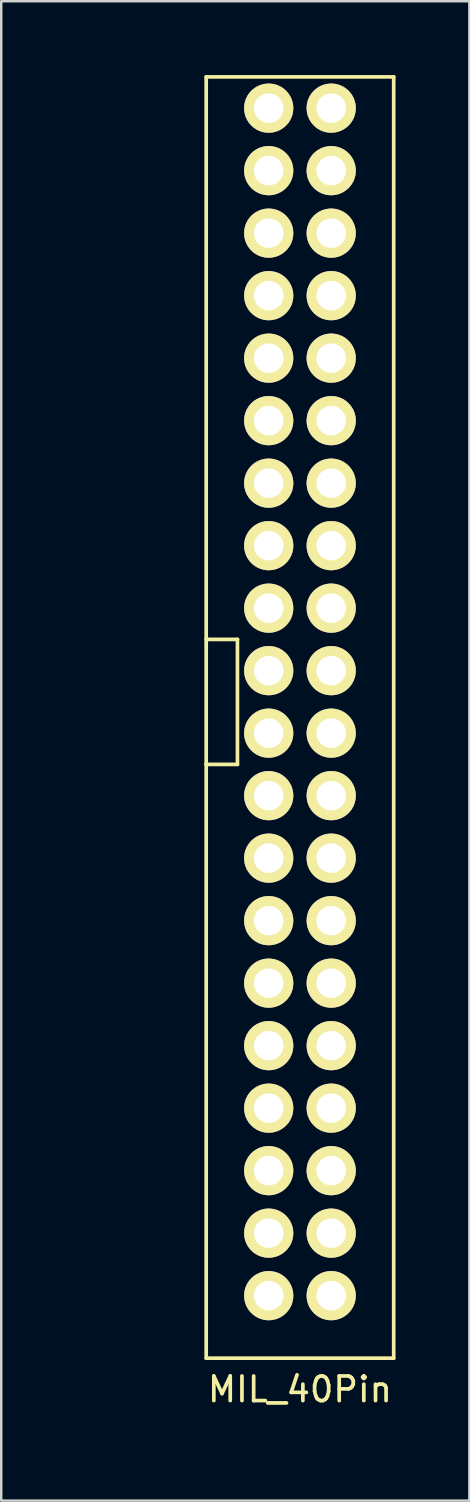
<source format=kicad_pcb>
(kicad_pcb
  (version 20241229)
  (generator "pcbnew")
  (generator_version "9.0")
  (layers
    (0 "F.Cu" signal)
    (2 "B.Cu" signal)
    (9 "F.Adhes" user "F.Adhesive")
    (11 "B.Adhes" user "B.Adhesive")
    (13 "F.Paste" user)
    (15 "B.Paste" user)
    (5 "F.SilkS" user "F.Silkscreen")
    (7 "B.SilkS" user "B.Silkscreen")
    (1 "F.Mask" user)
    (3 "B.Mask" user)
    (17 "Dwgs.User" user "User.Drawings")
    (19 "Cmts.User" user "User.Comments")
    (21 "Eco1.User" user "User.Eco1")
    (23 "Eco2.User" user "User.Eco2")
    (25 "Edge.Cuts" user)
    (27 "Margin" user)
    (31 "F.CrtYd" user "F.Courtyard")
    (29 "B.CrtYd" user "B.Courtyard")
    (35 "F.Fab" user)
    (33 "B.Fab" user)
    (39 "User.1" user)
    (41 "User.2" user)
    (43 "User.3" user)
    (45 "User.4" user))
  (footprint "MIL_40Pin"
    (layer "F.Cu")
    (at 0.25 54.685)
    (property "Reference" "MIL_40Pin" (at 8.89 -1.27 180) (layer "F.SilkS") (effects (font (size 1 1) (thickness 0.15))))
    (attr through_hole)
    (fp_line (start 5.08 -31.75) (end 6.35 -31.75) (stroke (width 0.15) (type solid)) (layer "F.SilkS"))
    (fp_line (start 5.08 -26.67) (end 5.08 -54.61) (stroke (width 0.15) (type solid)) (layer "F.SilkS"))
    (fp_line (start 5.08 -26.67) (end 5.08 -2.54) (stroke (width 0.15) (type solid)) (layer "F.SilkS"))
    (fp_line (start 5.08 -2.54) (end 12.7 -2.54) (stroke (width 0.15) (type solid)) (layer "F.SilkS"))
    (fp_line (start 6.35 -31.75) (end 6.35 -26.67) (stroke (width 0.15) (type solid)) (layer "F.SilkS"))
    (fp_line (start 6.35 -26.67) (end 5.08 -26.67) (stroke (width 0.15) (type solid)) (layer "F.SilkS"))
    (fp_line (start 12.7 -54.61) (end 5.08 -54.61) (stroke (width 0.15) (type solid)) (layer "F.SilkS"))
    (fp_line (start 12.7 -2.54) (end 12.7 -54.61) (stroke (width 0.15) (type solid)) (layer "F.SilkS"))
    (pad "1" thru_hole circle (at 7.62 -53.34) (size 2 2) (drill 1.2) (layers "*.Cu" "*.Mask" "F.SilkS"))
    (pad "2" thru_hole circle (at 10.16 -53.34) (size 2 2) (drill 1.2) (layers "*.Cu" "*.Mask" "F.SilkS"))
    (pad "3" thru_hole circle (at 7.62 -50.8) (size 2 2) (drill 1.2) (layers "*.Cu" "*.Mask" "F.SilkS"))
    (pad "4" thru_hole circle (at 10.16 -50.8) (size 2 2) (drill 1.2) (layers "*.Cu" "*.Mask" "F.SilkS"))
    (pad "5" thru_hole circle (at 7.62 -48.26) (size 2 2) (drill 1.2) (layers "*.Cu" "*.Mask" "F.SilkS"))
    (pad "6" thru_hole circle (at 10.16 -48.26) (size 2 2) (drill 1.2) (layers "*.Cu" "*.Mask" "F.SilkS"))
    (pad "7" thru_hole circle (at 7.62 -45.72) (size 2 2) (drill 1.2) (layers "*.Cu" "*.Mask" "F.SilkS"))
    (pad "8" thru_hole circle (at 10.16 -45.72) (size 2 2) (drill 1.2) (layers "*.Cu" "*.Mask" "F.SilkS"))
    (pad "9" thru_hole circle (at 7.62 -43.18) (size 2 2) (drill 1.2) (layers "*.Cu" "*.Mask" "F.SilkS"))
    (pad "10" thru_hole circle (at 10.16 -43.18) (size 2 2) (drill 1.2) (layers "*.Cu" "*.Mask" "F.SilkS"))
    (pad "11" thru_hole circle (at 7.62 -40.64) (size 2 2) (drill 1.2) (layers "*.Cu" "*.Mask" "F.SilkS"))
    (pad "12" thru_hole circle (at 10.16 -40.64) (size 2 2) (drill 1.2) (layers "*.Cu" "*.Mask" "F.SilkS"))
    (pad "13" thru_hole circle (at 7.62 -38.1) (size 2 2) (drill 1.2) (layers "*.Cu" "*.Mask" "F.SilkS"))
    (pad "14" thru_hole circle (at 10.16 -38.1) (size 2 2) (drill 1.2) (layers "*.Cu" "*.Mask" "F.SilkS"))
    (pad "15" thru_hole circle (at 7.62 -35.56) (size 2 2) (drill 1.2) (layers "*.Cu" "*.Mask" "F.SilkS"))
    (pad "16" thru_hole circle (at 10.16 -35.56) (size 2 2) (drill 1.2) (layers "*.Cu" "*.Mask" "F.SilkS"))
    (pad "17" thru_hole circle (at 7.62 -33.02) (size 2 2) (drill 1.2) (layers "*.Cu" "*.Mask" "F.SilkS"))
    (pad "18" thru_hole circle (at 10.16 -33.02) (size 2 2) (drill 1.2) (layers "*.Cu" "*.Mask" "F.SilkS"))
    (pad "19" thru_hole circle (at 7.62 -30.48) (size 2 2) (drill 1.2) (layers "*.Cu" "*.Mask" "F.SilkS"))
    (pad "20" thru_hole circle (at 10.16 -30.48) (size 2 2) (drill 1.2) (layers "*.Cu" "*.Mask" "F.SilkS"))
    (pad "21" thru_hole circle (at 7.62 -27.94) (size 2 2) (drill 1.2) (layers "*.Cu" "*.Mask" "F.SilkS"))
    (pad "22" thru_hole circle (at 10.16 -27.94) (size 2 2) (drill 1.2) (layers "*.Cu" "*.Mask" "F.SilkS"))
    (pad "23" thru_hole circle (at 7.62 -25.4) (size 2 2) (drill 1.2) (layers "*.Cu" "*.Mask" "F.SilkS"))
    (pad "24" thru_hole circle (at 10.16 -25.4) (size 2 2) (drill 1.2) (layers "*.Cu" "*.Mask" "F.SilkS"))
    (pad "25" thru_hole circle (at 7.62 -22.86) (size 2 2) (drill 1.2) (layers "*.Cu" "*.Mask" "F.SilkS"))
    (pad "26" thru_hole circle (at 10.16 -22.86) (size 2 2) (drill 1.2) (layers "*.Cu" "*.Mask" "F.SilkS"))
    (pad "27" thru_hole circle (at 7.62 -20.32) (size 2 2) (drill 1.2) (layers "*.Cu" "*.Mask" "F.SilkS"))
    (pad "28" thru_hole circle (at 10.16 -20.32) (size 2 2) (drill 1.2) (layers "*.Cu" "*.Mask" "F.SilkS"))
    (pad "29" thru_hole circle (at 7.62 -17.78) (size 2 2) (drill 1.2) (layers "*.Cu" "*.Mask" "F.SilkS"))
    (pad "30" thru_hole circle (at 10.16 -17.78) (size 2 2) (drill 1.2) (layers "*.Cu" "*.Mask" "F.SilkS"))
    (pad "31" thru_hole circle (at 7.62 -15.24) (size 2 2) (drill 1.2) (layers "*.Cu" "*.Mask" "F.SilkS"))
    (pad "32" thru_hole circle (at 10.16 -15.24) (size 2 2) (drill 1.2) (layers "*.Cu" "*.Mask" "F.SilkS"))
    (pad "33" thru_hole circle (at 7.62 -12.7) (size 2 2) (drill 1.2) (layers "*.Cu" "*.Mask" "F.SilkS"))
    (pad "34" thru_hole circle (at 10.16 -12.7) (size 2 2) (drill 1.2) (layers "*.Cu" "*.Mask" "F.SilkS"))
    (pad "35" thru_hole circle (at 7.62 -10.16) (size 2 2) (drill 1.2) (layers "*.Cu" "*.Mask" "F.SilkS"))
    (pad "36" thru_hole circle (at 10.16 -10.16) (size 2 2) (drill 1.2) (layers "*.Cu" "*.Mask" "F.SilkS"))
    (pad "37" thru_hole circle (at 7.62 -7.62) (size 2 2) (drill 1.2) (layers "*.Cu" "*.Mask" "F.SilkS"))
    (pad "38" thru_hole circle (at 10.16 -7.62) (size 2 2) (drill 1.2) (layers "*.Cu" "*.Mask" "F.SilkS"))
    (pad "39" thru_hole circle (at 7.62 -5.08) (size 2 2) (drill 1.2) (layers "*.Cu" "*.Mask" "F.SilkS"))
    (pad "40" thru_hole circle (at 10.16 -5.08) (size 2 2) (drill 1.2) (layers "*.Cu" "*.Mask" "F.SilkS")))
  (gr_rect
    (start -3 -3)
    (end 16.025 57.935)
    (stroke (width 0.1) (type default))
    (fill no)
    (layer "Edge.Cuts")))
</source>
